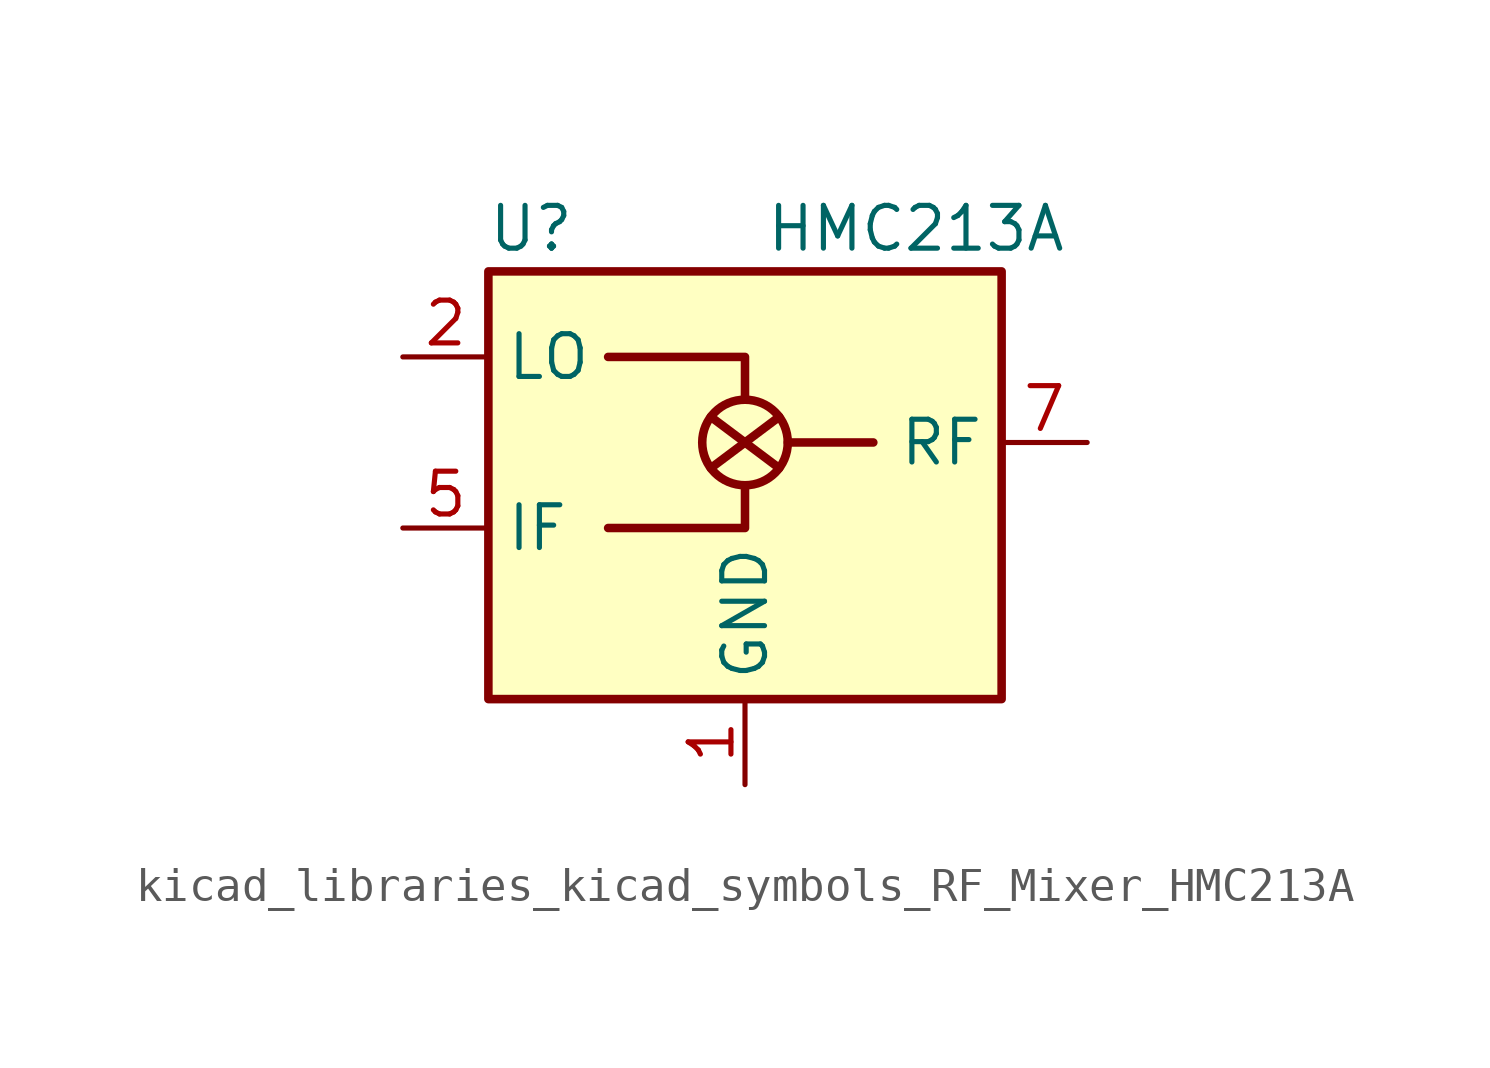
<source format=kicad_sym>
(kicad_symbol_lib
  (version 20220914)
  (generator kicad_symbol_editor)
  (symbol "kicad_libraries_kicad_symbols_RF_Mixer_HMC213A"
    (property "Reference" "U"
      (at -6.35 8.89 0)
      (effects (font (size 1.27 1.27))))
    (property "Value" "HMC213A"
      (at 5.08 8.89 0)
      (effects (font (size 1.27 1.27))))
    (symbol "kicad_libraries_kicad_symbols_RF_Mixer_HMC213A_0_1"
      (rectangle (start -7.62 7.62) (end 7.62 -5.08) (stroke (width 0.254) (type default)) (fill (type background)))
      (polyline (pts (xy -1.016 1.778) (xy 1.016 3.302)) (stroke (width 0.254) (type default)) (fill (type none)))
      (polyline (pts (xy -1.016 3.302) (xy 1.016 1.778)) (stroke (width 0.254) (type default)) (fill (type none)))
      (polyline (pts (xy 1.27 2.54) (xy 3.81 2.54)) (stroke (width 0.254) (type default)) (fill (type none)))
      (polyline (pts (xy 0 1.27) (xy 0 0) (xy -4.064 0)) (stroke (width 0.254) (type default)) (fill (type none)))
      (polyline (pts (xy 0 3.81) (xy 0 5.08) (xy -4.064 5.08)) (stroke (width 0.254) (type default)) (fill (type none)))
      (circle (center 0 2.54) (radius 1.27) (stroke (width 0.254) (type default)) (fill (type none))))
    (symbol "kicad_libraries_kicad_symbols_RF_Mixer_HMC213A_1_1"
      (pin power_in line (at 0 -7.62 90) (length 2.54) (name "GND" (effects (font (size 1.27 1.27)))) (number "1" (effects (font (size 1.27 1.27)))))
      (pin passive line (at -10.16 5.08 0) (length 2.54) (name "LO" (effects (font (size 1.27 1.27)))) (number "2" (effects (font (size 1.27 1.27)))))
      (pin passive line (at 0 -7.62 90) (length 2.54) hide (name "GND" (effects (font (size 1.27 1.27)))) (number "3" (effects (font (size 1.27 1.27)))))
      (pin no_connect line (at 5.08 -5.08 90) (length 2.54) hide (name "NC" (effects (font (size 1.27 1.27)))) (number "4" (effects (font (size 1.27 1.27)))))
      (pin passive line (at -10.16 0 0) (length 2.54) (name "IF" (effects (font (size 1.27 1.27)))) (number "5" (effects (font (size 1.27 1.27)))))
      (pin passive line (at 0 -7.62 90) (length 2.54) hide (name "GND" (effects (font (size 1.27 1.27)))) (number "6" (effects (font (size 1.27 1.27)))))
      (pin passive line (at 10.16 2.54 180) (length 2.54) (name "RF" (effects (font (size 1.27 1.27)))) (number "7" (effects (font (size 1.27 1.27)))))
      (pin passive line (at 0 -7.62 90) (length 2.54) hide (name "GND" (effects (font (size 1.27 1.27)))) (number "8" (effects (font (size 1.27 1.27))))))))
</source>
